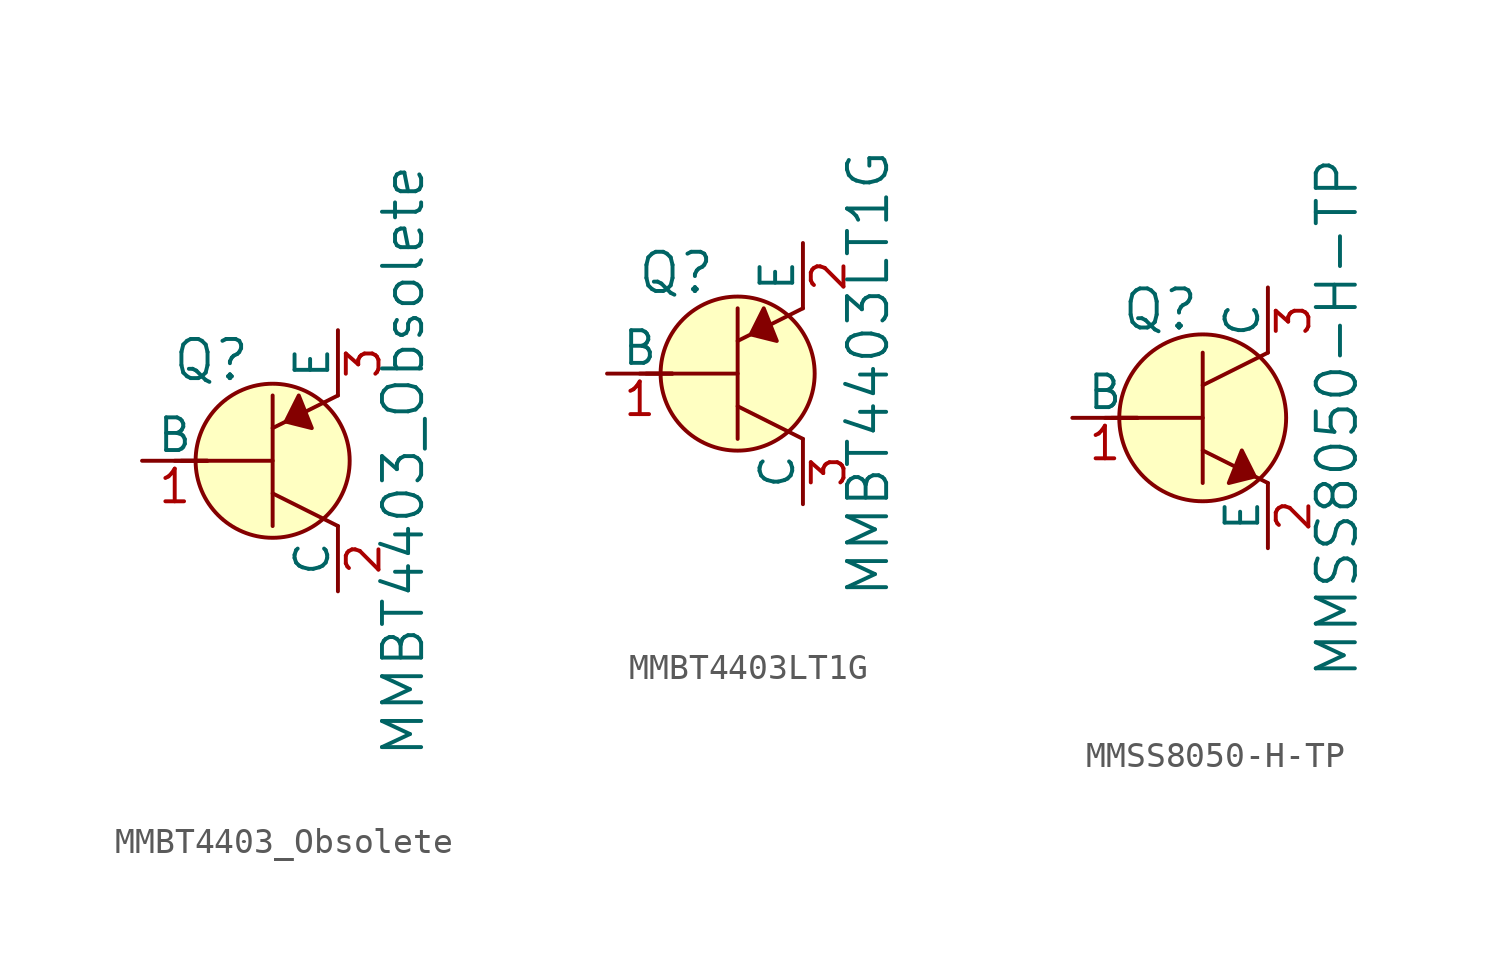
<source format=kicad_sym>
(kicad_symbol_lib
  (version 20211014)
  (generator kicad_symbol_editor)
  (symbol "MMBT4403_Obsolete"
    (pin_names
      (offset 0))
    (property "Reference" "Q"
      (at -2.388 3.912 0)
      (effects (font (size 1.524 1.524))))
    (property "Value" "MMBT4403_Obsolete"
      (at 5.08 0 90)
      (effects (font (size 1.524 1.524))))
    (symbol "MMBT4403_Obsolete_0_1"
      (polyline (pts (xy -3.81 0) (xy -2.54 0)) (stroke (width 0) (type default) (color 0 0 0 0)) (fill (type none)))
      (polyline (pts (xy -3.556 0) (xy 0 0)) (stroke (width 0) (type default) (color 0 0 0 0)) (fill (type none)))
      (polyline (pts (xy 0 -1.27) (xy 2.54 -2.54)) (stroke (width 0) (type default) (color 0 0 0 0)) (fill (type none)))
      (polyline (pts (xy 0 1.27) (xy 2.54 2.54)) (stroke (width 0) (type default) (color 0 0 0 0)) (fill (type none)))
      (polyline (pts (xy 0 2.54) (xy 0 -2.54)) (stroke (width 0) (type default) (color 0 0 0 0)) (fill (type none)))
      (polyline (pts (xy 1.016 2.54) (xy 0.508 1.524) (xy 1.524 1.27) (xy 1.016 2.54)) (stroke (width 0) (type default) (color 0 0 0 0)) (fill (type outline)))
      (circle (center 0 0) (radius 2.997) (stroke (width 0) (type default) (color 0 0 0 0)) (fill (type background))))
    (symbol "MMBT4403_Obsolete_1_1"
      (pin input line (at -5.08 0 0) (length 2.54) (name "B" (effects (font (size 1.27 1.27)))) (number "1" (effects (font (size 1.27 1.27)))))
      (pin passive line (at 2.54 -5.08 90) (length 2.54) (name "C" (effects (font (size 1.27 1.27)))) (number "2" (effects (font (size 1.27 1.27)))))
      (pin passive line (at 2.54 5.08 270) (length 2.54) (name "E" (effects (font (size 1.27 1.27)))) (number "3" (effects (font (size 1.27 1.27)))))))
  (symbol "MMBT4403LT1G"
    (pin_names
      (offset 0))
    (property "Reference" "Q"
      (at -2.388 3.912 0)
      (effects (font (size 1.524 1.524))))
    (property "Value" "MMBT4403LT1G"
      (at 5.08 0 90)
      (effects (font (size 1.524 1.524))))
    (symbol "MMBT4403LT1G_0_1"
      (polyline (pts (xy -3.81 0) (xy -2.54 0)) (stroke (width 0) (type default) (color 0 0 0 0)) (fill (type none)))
      (polyline (pts (xy -3.556 0) (xy 0 0)) (stroke (width 0) (type default) (color 0 0 0 0)) (fill (type none)))
      (polyline (pts (xy 0 -1.27) (xy 2.54 -2.54)) (stroke (width 0) (type default) (color 0 0 0 0)) (fill (type none)))
      (polyline (pts (xy 0 1.27) (xy 2.54 2.54)) (stroke (width 0) (type default) (color 0 0 0 0)) (fill (type none)))
      (polyline (pts (xy 0 2.54) (xy 0 -2.54)) (stroke (width 0) (type default) (color 0 0 0 0)) (fill (type none)))
      (polyline (pts (xy 1.016 2.54) (xy 0.508 1.524) (xy 1.524 1.27) (xy 1.016 2.54)) (stroke (width 0) (type default) (color 0 0 0 0)) (fill (type outline)))
      (circle (center 0 0) (radius 2.997) (stroke (width 0) (type default) (color 0 0 0 0)) (fill (type background))))
    (symbol "MMBT4403LT1G_1_1"
      (pin input line (at -5.08 0 0) (length 2.54) (name "B" (effects (font (size 1.27 1.27)))) (number "1" (effects (font (size 1.27 1.27)))))
      (pin passive line (at 2.54 5.08 270) (length 2.54) (name "E" (effects (font (size 1.27 1.27)))) (number "2" (effects (font (size 1.27 1.27)))))
      (pin passive line (at 2.54 -5.08 90) (length 2.54) (name "C" (effects (font (size 1.27 1.27)))) (number "3" (effects (font (size 1.27 1.27)))))))
  (symbol "MMSS8050-H-TP"
    (pin_names
      (offset 0))
    (property "Reference" "Q"
      (at -3.2 4.216 0)
      (effects (font (size 1.524 1.524)) (justify left)))
    (property "Value" "MMSS8050-H-TP"
      (at 5.232 0 90)
      (effects (font (size 1.524 1.524))))
    (symbol "MMSS8050-H-TP_0_1"
      (polyline (pts (xy -3.81 0) (xy -2.54 0)) (stroke (width 0) (type default) (color 0 0 0 0)) (fill (type none)))
      (polyline (pts (xy -3.556 0) (xy 0 0)) (stroke (width 0) (type default) (color 0 0 0 0)) (fill (type none)))
      (polyline (pts (xy 0 -1.27) (xy 2.54 -2.54)) (stroke (width 0) (type default) (color 0 0 0 0)) (fill (type none)))
      (polyline (pts (xy 0 1.27) (xy 2.54 2.54)) (stroke (width 0) (type default) (color 0 0 0 0)) (fill (type none)))
      (polyline (pts (xy 0 2.54) (xy 0 -2.54)) (stroke (width 0) (type default) (color 0 0 0 0)) (fill (type none)))
      (polyline (pts (xy 1.524 -1.27) (xy 2.032 -2.286) (xy 1.016 -2.54) (xy 1.524 -1.27)) (stroke (width 0) (type default) (color 0 0 0 0)) (fill (type outline)))
      (circle (center 0 0) (radius 3.251) (stroke (width 0) (type default) (color 0 0 0 0)) (fill (type background))))
    (symbol "MMSS8050-H-TP_1_1"
      (pin input line (at -5.08 0 0) (length 2.54) (name "B" (effects (font (size 1.27 1.27)))) (number "1" (effects (font (size 1.27 1.27)))))
      (pin passive line (at 2.54 -5.08 90) (length 2.54) (name "E" (effects (font (size 1.27 1.27)))) (number "2" (effects (font (size 1.27 1.27)))))
      (pin passive line (at 2.54 5.08 270) (length 2.54) (name "C" (effects (font (size 1.27 1.27)))) (number "3" (effects (font (size 1.27 1.27))))))))
</source>
